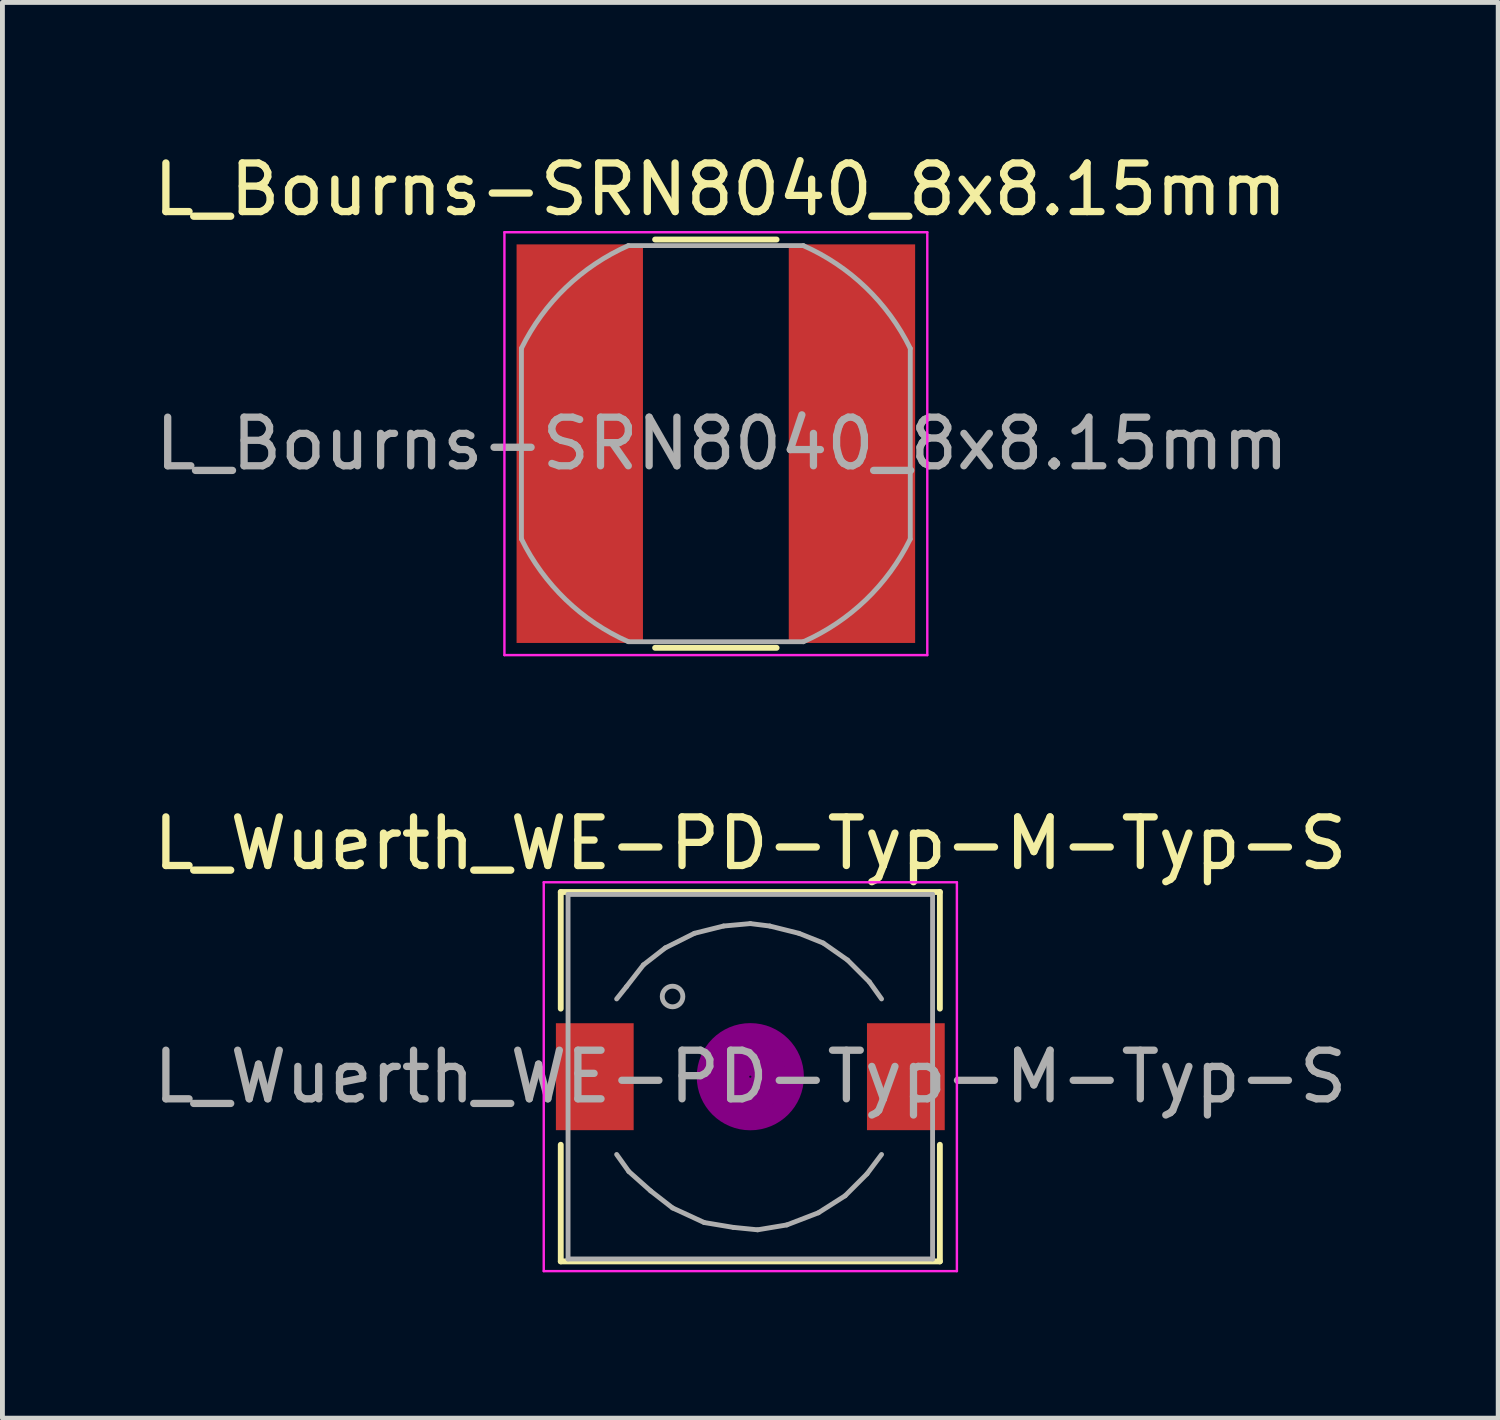
<source format=kicad_pcb>
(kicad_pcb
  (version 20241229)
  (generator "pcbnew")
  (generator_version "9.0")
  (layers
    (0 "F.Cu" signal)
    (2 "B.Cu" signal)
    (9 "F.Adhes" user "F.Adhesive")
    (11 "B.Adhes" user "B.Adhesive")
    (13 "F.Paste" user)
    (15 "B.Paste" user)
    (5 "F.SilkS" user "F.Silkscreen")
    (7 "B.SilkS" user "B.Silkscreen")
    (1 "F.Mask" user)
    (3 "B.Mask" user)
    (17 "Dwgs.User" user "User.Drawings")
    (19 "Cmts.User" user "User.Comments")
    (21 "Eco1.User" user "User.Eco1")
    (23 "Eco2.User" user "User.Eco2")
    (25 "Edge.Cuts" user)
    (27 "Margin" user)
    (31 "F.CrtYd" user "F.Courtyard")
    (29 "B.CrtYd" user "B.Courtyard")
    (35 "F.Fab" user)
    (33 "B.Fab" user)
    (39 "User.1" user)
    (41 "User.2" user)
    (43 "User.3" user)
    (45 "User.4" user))
  (footprint "L_Bourns-SRN8040_8x8.15mm"
    (layer "F.Cu")
    (at 11.678 6.078)
    (property "Reference" "L_Bourns-SRN8040_8x8.15mm" (at 0.09 -5.23 0) (layer "F.SilkS") (effects (font (size 1 1) (thickness 0.15))))
    (attr smd)
    (fp_line (start -1.25 4.2) (end 1.25 4.2) (stroke (width 0.12) (type solid)) (layer "F.SilkS"))
    (fp_line (start 1.25 -4.2) (end -1.25 -4.2) (stroke (width 0.12) (type solid)) (layer "F.SilkS"))
    (fp_line (start -4.35 -4.35) (end -4.35 4.35) (stroke (width 0.05) (type solid)) (layer "F.CrtYd"))
    (fp_line (start -4.35 -4.35) (end 4.35 -4.35) (stroke (width 0.05) (type solid)) (layer "F.CrtYd"))
    (fp_line (start -4.35 4.35) (end 4.35 4.35) (stroke (width 0.05) (type solid)) (layer "F.CrtYd"))
    (fp_line (start 4.35 -4.35) (end 4.35 4.35) (stroke (width 0.05) (type solid)) (layer "F.CrtYd"))
    (fp_line (start -4 -1.96) (end -4 1.96) (stroke (width 0.1) (type solid)) (layer "F.Fab"))
    (fp_line (start -1.8 -4.075) (end 1.8 -4.075) (stroke (width 0.1) (type solid)) (layer "F.Fab"))
    (fp_line (start 1.8 4.075) (end -1.8 4.075) (stroke (width 0.1) (type solid)) (layer "F.Fab"))
    (fp_line (start 4 -1.96) (end 4 1.96) (stroke (width 0.1) (type solid)) (layer "F.Fab"))
    (fp_arc (start -3.99824 -1.964613) (mid -3.085179 -3.213611) (end -1.8 -4.075) (stroke (width 0.1) (type solid)) (layer "F.Fab"))
    (fp_arc (start -1.804314 4.072598) (mid -3.088411 3.209878) (end -4 1.96) (stroke (width 0.1) (type solid)) (layer "F.Fab"))
    (fp_arc (start 1.799817 -4.074587) (mid 3.086639 -3.211582) (end 4 -1.96) (stroke (width 0.1) (type solid)) (layer "F.Fab"))
    (fp_arc (start 3.99824 1.964613) (mid 3.085179 3.213611) (end 1.8 4.075) (stroke (width 0.1) (type solid)) (layer "F.Fab"))
    (fp_text user "${REFERENCE}" (at 0.127 0 0) (layer "F.Fab") (effects (font (size 1 1) (thickness 0.15))))
    (pad "1" smd rect (at -2.8 0) (size 2.6 8.2) (layers "F.Cu" "F.Mask" "F.Paste"))
    (pad "2" smd rect (at 2.8 0) (size 2.6 8.2) (layers "F.Cu" "F.Mask" "F.Paste")))
  (footprint "L_Wuerth_WE-PD-Typ-M-Typ-S"
    (layer "F.Cu")
    (at 12.387 19.102)
    (property "Reference" "L_Wuerth_WE-PD-Typ-M-Typ-S" (at 0 -4.8 0) (layer "F.SilkS") (effects (font (size 1 1) (thickness 0.15))))
    (attr smd)
    (fp_line (start -3.9 -1.4) (end -3.9 -3.8) (stroke (width 0.12) (type solid)) (layer "F.SilkS"))
    (fp_line (start -3.9 1.4) (end -3.9 3.8) (stroke (width 0.12) (type solid)) (layer "F.SilkS"))
    (fp_line (start -3.9 3.8) (end 3.9 3.8) (stroke (width 0.12) (type solid)) (layer "F.SilkS"))
    (fp_line (start 3.9 -3.8) (end -3.9 -3.8) (stroke (width 0.12) (type solid)) (layer "F.SilkS"))
    (fp_line (start 3.9 -1.4) (end 3.9 -3.8) (stroke (width 0.12) (type solid)) (layer "F.SilkS"))
    (fp_line (start 3.9 3.8) (end 3.9 1.4) (stroke (width 0.12) (type solid)) (layer "F.SilkS"))
    (fp_circle (center 0 0) (end 0.15 0.15) (stroke (width 0.38) (type solid)) (fill no) (layer "F.Adhes"))
    (fp_circle (center 0 0) (end 0.55 0.05) (stroke (width 0.38) (type solid)) (fill no) (layer "F.Adhes"))
    (fp_circle (center 0 0) (end 0.9 0.15) (stroke (width 0.38) (type solid)) (fill no) (layer "F.Adhes"))
    (fp_line (start -4.25 -4) (end 4.25 -4) (stroke (width 0.05) (type solid)) (layer "F.CrtYd"))
    (fp_line (start -4.25 4) (end -4.25 -4) (stroke (width 0.05) (type solid)) (layer "F.CrtYd"))
    (fp_line (start 4.25 -4) (end 4.25 4) (stroke (width 0.05) (type solid)) (layer "F.CrtYd"))
    (fp_line (start 4.25 4) (end -4.25 4) (stroke (width 0.05) (type solid)) (layer "F.CrtYd"))
    (fp_line (start -3.75 -3.75) (end -3.75 3.75) (stroke (width 0.1) (type solid)) (layer "F.Fab"))
    (fp_line (start -3.75 3.75) (end 3.75 3.75) (stroke (width 0.1) (type solid)) (layer "F.Fab"))
    (fp_line (start -2.75 1.6) (end -2.5 1.95) (stroke (width 0.1) (type solid)) (layer "F.Fab"))
    (fp_line (start -2.55 -1.85) (end -2.75 -1.6) (stroke (width 0.1) (type solid)) (layer "F.Fab"))
    (fp_line (start -2.5 1.95) (end -2.05 2.35) (stroke (width 0.1) (type solid)) (layer "F.Fab"))
    (fp_line (start -2.2 -2.3) (end -2.55 -1.85) (stroke (width 0.1) (type solid)) (layer "F.Fab"))
    (fp_line (start -2.05 2.35) (end -1.6 2.7) (stroke (width 0.1) (type solid)) (layer "F.Fab"))
    (fp_line (start -1.75 -2.65) (end -2.2 -2.3) (stroke (width 0.1) (type solid)) (layer "F.Fab"))
    (fp_line (start -1.6 2.7) (end -0.95 3) (stroke (width 0.1) (type solid)) (layer "F.Fab"))
    (fp_line (start -1.15 -2.95) (end -1.75 -2.65) (stroke (width 0.1) (type solid)) (layer "F.Fab"))
    (fp_line (start -0.95 3) (end -0.35 3.1) (stroke (width 0.1) (type solid)) (layer "F.Fab"))
    (fp_line (start -0.55 -3.1) (end -1.15 -2.95) (stroke (width 0.1) (type solid)) (layer "F.Fab"))
    (fp_line (start -0.35 3.1) (end 0.15 3.15) (stroke (width 0.1) (type solid)) (layer "F.Fab"))
    (fp_line (start 0 -3.15) (end -0.55 -3.1) (stroke (width 0.1) (type solid)) (layer "F.Fab"))
    (fp_line (start 0.15 3.15) (end 0.75 3.05) (stroke (width 0.1) (type solid)) (layer "F.Fab"))
    (fp_line (start 0.4 -3.1) (end 0 -3.15) (stroke (width 0.1) (type solid)) (layer "F.Fab"))
    (fp_line (start 0.75 3.05) (end 1.4 2.8) (stroke (width 0.1) (type solid)) (layer "F.Fab"))
    (fp_line (start 1 -2.95) (end 0.4 -3.1) (stroke (width 0.1) (type solid)) (layer "F.Fab"))
    (fp_line (start 1.4 2.8) (end 1.95 2.45) (stroke (width 0.1) (type solid)) (layer "F.Fab"))
    (fp_line (start 1.5 -2.75) (end 1 -2.95) (stroke (width 0.1) (type solid)) (layer "F.Fab"))
    (fp_line (start 1.95 2.45) (end 2.4 2) (stroke (width 0.1) (type solid)) (layer "F.Fab"))
    (fp_line (start 2 -2.4) (end 1.5 -2.75) (stroke (width 0.1) (type solid)) (layer "F.Fab"))
    (fp_line (start 2.4 2) (end 2.7 1.6) (stroke (width 0.1) (type solid)) (layer "F.Fab"))
    (fp_line (start 2.45 -1.95) (end 2 -2.4) (stroke (width 0.1) (type solid)) (layer "F.Fab"))
    (fp_line (start 2.7 -1.6) (end 2.45 -1.95) (stroke (width 0.1) (type solid)) (layer "F.Fab"))
    (fp_line (start 3.75 -3.75) (end -3.75 -3.75) (stroke (width 0.1) (type solid)) (layer "F.Fab"))
    (fp_line (start 3.75 3.75) (end 3.75 -3.75) (stroke (width 0.1) (type solid)) (layer "F.Fab"))
    (fp_circle (center -1.6 -1.65) (end -1.45 -1.5) (stroke (width 0.1) (type solid)) (fill no) (layer "F.Fab"))
    (fp_text user "${REFERENCE}" (at 0 0 0) (layer "F.Fab") (effects (font (size 1 1) (thickness 0.15))))
    (pad "1" smd rect (at -3.2 0) (size 1.6 2.2) (layers "F.Cu" "F.Mask" "F.Paste"))
    (pad "2" smd rect (at 3.2 0) (size 1.6 2.2) (layers "F.Cu" "F.Mask" "F.Paste")))
  (gr_rect
    (start -3 -3)
    (end 27.774 26.127)
    (stroke (width 0.1) (type default))
    (fill no)
    (layer "Edge.Cuts")))
</source>
